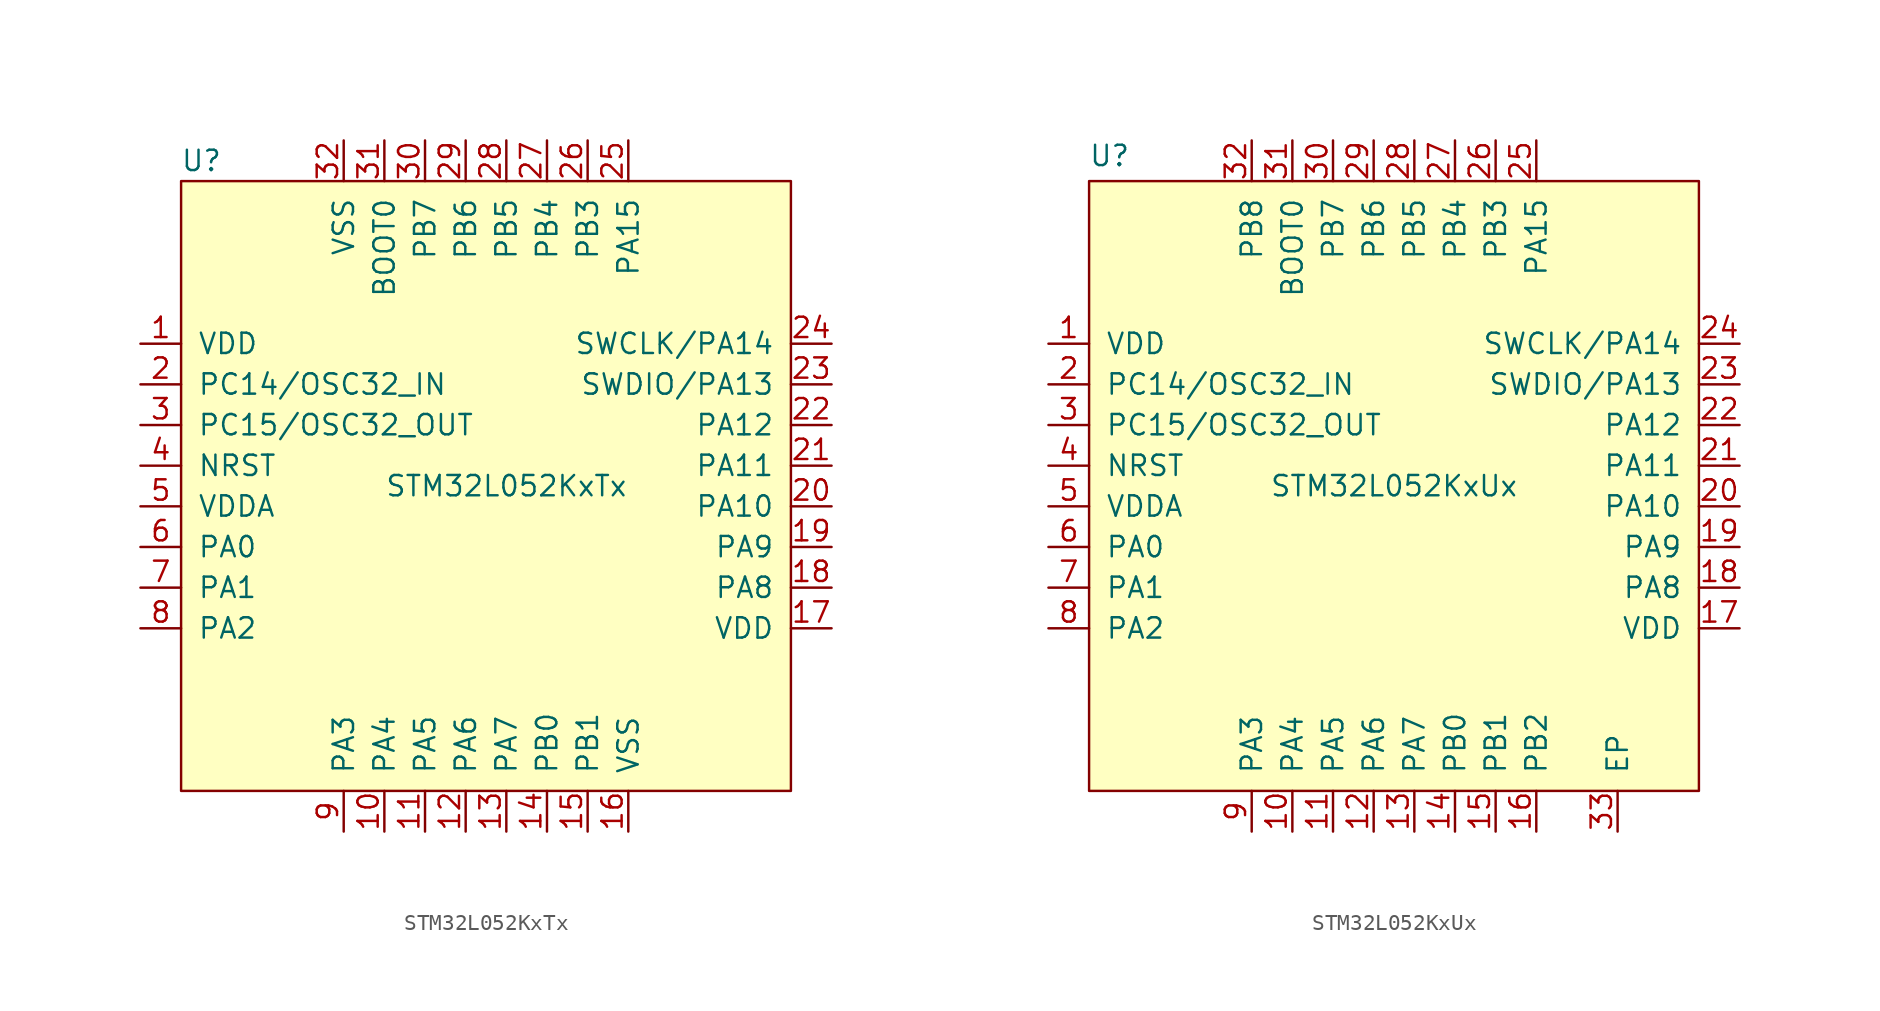
<source format=kicad_sym>
(kicad_symbol_lib
  (version 20241209)
  (generator "kicad_symbol_editor")
  (generator_version "9.0")
  (symbol "STM32L052KxTx"
    (pin_names
      (offset 1.016))
    (property "Reference" "U"
      (at 1.27 39.37 0)
      (effects (font (size 1.27 1.27))))
    (property "Value" "STM32L052KxTx"
      (at 20.32 19.05 0)
      (effects (font (size 1.27 1.27))))
    (symbol "STM32L052KxTx_0_1"
      (rectangle (start 0 38.1) (end 38.1 0) (stroke (width 0) (type default)) (fill (type background))))
    (symbol "STM32L052KxTx_1_1"
      (pin power_in line (at -2.54 27.94 0) (length 2.54) (name "VDD" (effects (font (size 1.27 1.27)))) (number "1" (effects (font (size 1.27 1.27)))))
      (pin bidirectional line (at -2.54 25.4 0) (length 2.54) (name "PC14/OSC32_IN" (effects (font (size 1.27 1.27)))) (number "2" (effects (font (size 1.27 1.27)))))
      (pin bidirectional line (at -2.54 22.86 0) (length 2.54) (name "PC15/OSC32_OUT" (effects (font (size 1.27 1.27)))) (number "3" (effects (font (size 1.27 1.27)))))
      (pin input line (at -2.54 20.32 0) (length 2.54) (name "NRST" (effects (font (size 1.27 1.27)))) (number "4" (effects (font (size 1.27 1.27)))))
      (pin power_in line (at -2.54 17.78 0) (length 2.54) (name "VDDA" (effects (font (size 1.27 1.27)))) (number "5" (effects (font (size 1.27 1.27)))))
      (pin bidirectional line (at -2.54 15.24 0) (length 2.54) (name "PA0" (effects (font (size 1.27 1.27)))) (number "6" (effects (font (size 1.27 1.27)))))
      (pin bidirectional line (at -2.54 12.7 0) (length 2.54) (name "PA1" (effects (font (size 1.27 1.27)))) (number "7" (effects (font (size 1.27 1.27)))))
      (pin bidirectional line (at -2.54 10.16 0) (length 2.54) (name "PA2" (effects (font (size 1.27 1.27)))) (number "8" (effects (font (size 1.27 1.27)))))
      (pin power_in line (at 10.16 40.64 270) (length 2.54) (name "VSS" (effects (font (size 1.27 1.27)))) (number "32" (effects (font (size 1.27 1.27)))))
      (pin bidirectional line (at 10.16 -2.54 90) (length 2.54) (name "PA3" (effects (font (size 1.27 1.27)))) (number "9" (effects (font (size 1.27 1.27)))))
      (pin input line (at 12.7 40.64 270) (length 2.54) (name "BOOT0" (effects (font (size 1.27 1.27)))) (number "31" (effects (font (size 1.27 1.27)))))
      (pin bidirectional line (at 12.7 -2.54 90) (length 2.54) (name "PA4" (effects (font (size 1.27 1.27)))) (number "10" (effects (font (size 1.27 1.27)))))
      (pin bidirectional line (at 15.24 40.64 270) (length 2.54) (name "PB7" (effects (font (size 1.27 1.27)))) (number "30" (effects (font (size 1.27 1.27)))))
      (pin bidirectional line (at 15.24 -2.54 90) (length 2.54) (name "PA5" (effects (font (size 1.27 1.27)))) (number "11" (effects (font (size 1.27 1.27)))))
      (pin bidirectional line (at 17.78 40.64 270) (length 2.54) (name "PB6" (effects (font (size 1.27 1.27)))) (number "29" (effects (font (size 1.27 1.27)))))
      (pin bidirectional line (at 17.78 -2.54 90) (length 2.54) (name "PA6" (effects (font (size 1.27 1.27)))) (number "12" (effects (font (size 1.27 1.27)))))
      (pin bidirectional line (at 20.32 40.64 270) (length 2.54) (name "PB5" (effects (font (size 1.27 1.27)))) (number "28" (effects (font (size 1.27 1.27)))))
      (pin bidirectional line (at 20.32 -2.54 90) (length 2.54) (name "PA7" (effects (font (size 1.27 1.27)))) (number "13" (effects (font (size 1.27 1.27)))))
      (pin bidirectional line (at 22.86 40.64 270) (length 2.54) (name "PB4" (effects (font (size 1.27 1.27)))) (number "27" (effects (font (size 1.27 1.27)))))
      (pin bidirectional line (at 22.86 -2.54 90) (length 2.54) (name "PB0" (effects (font (size 1.27 1.27)))) (number "14" (effects (font (size 1.27 1.27)))))
      (pin bidirectional line (at 25.4 40.64 270) (length 2.54) (name "PB3" (effects (font (size 1.27 1.27)))) (number "26" (effects (font (size 1.27 1.27)))))
      (pin bidirectional line (at 25.4 -2.54 90) (length 2.54) (name "PB1" (effects (font (size 1.27 1.27)))) (number "15" (effects (font (size 1.27 1.27)))))
      (pin bidirectional line (at 27.94 40.64 270) (length 2.54) (name "PA15" (effects (font (size 1.27 1.27)))) (number "25" (effects (font (size 1.27 1.27)))))
      (pin power_in line (at 27.94 -2.54 90) (length 2.54) (name "VSS" (effects (font (size 1.27 1.27)))) (number "16" (effects (font (size 1.27 1.27)))))
      (pin bidirectional line (at 40.64 27.94 180) (length 2.54) (name "SWCLK/PA14" (effects (font (size 1.27 1.27)))) (number "24" (effects (font (size 1.27 1.27)))))
      (pin bidirectional line (at 40.64 25.4 180) (length 2.54) (name "SWDIO/PA13" (effects (font (size 1.27 1.27)))) (number "23" (effects (font (size 1.27 1.27)))))
      (pin bidirectional line (at 40.64 22.86 180) (length 2.54) (name "PA12" (effects (font (size 1.27 1.27)))) (number "22" (effects (font (size 1.27 1.27)))))
      (pin bidirectional line (at 40.64 20.32 180) (length 2.54) (name "PA11" (effects (font (size 1.27 1.27)))) (number "21" (effects (font (size 1.27 1.27)))))
      (pin bidirectional line (at 40.64 17.78 180) (length 2.54) (name "PA10" (effects (font (size 1.27 1.27)))) (number "20" (effects (font (size 1.27 1.27)))))
      (pin bidirectional line (at 40.64 15.24 180) (length 2.54) (name "PA9" (effects (font (size 1.27 1.27)))) (number "19" (effects (font (size 1.27 1.27)))))
      (pin bidirectional line (at 40.64 12.7 180) (length 2.54) (name "PA8" (effects (font (size 1.27 1.27)))) (number "18" (effects (font (size 1.27 1.27)))))
      (pin power_in line (at 40.64 10.16 180) (length 2.54) (name "VDD" (effects (font (size 1.27 1.27)))) (number "17" (effects (font (size 1.27 1.27)))))))
  (symbol "STM32L052KxUx"
    (pin_names
      (offset 1.016))
    (property "Reference" "U"
      (at 1.28 39.68 0)
      (effects (font (size 1.27 1.27))))
    (property "Value" "STM32L052KxUx"
      (at 19.05 19.05 0)
      (effects (font (size 1.27 1.27))))
    (symbol "STM32L052KxUx_0_1"
      (rectangle (start 0 38.1) (end 38.1 0) (stroke (width 0) (type default)) (fill (type background))))
    (symbol "STM32L052KxUx_1_1"
      (pin power_in line (at -2.54 27.94 0) (length 2.54) (name "VDD" (effects (font (size 1.27 1.27)))) (number "1" (effects (font (size 1.27 1.27)))))
      (pin bidirectional line (at -2.54 25.4 0) (length 2.54) (name "PC14/OSC32_IN" (effects (font (size 1.27 1.27)))) (number "2" (effects (font (size 1.27 1.27)))))
      (pin bidirectional line (at -2.54 22.86 0) (length 2.54) (name "PC15/OSC32_OUT" (effects (font (size 1.27 1.27)))) (number "3" (effects (font (size 1.27 1.27)))))
      (pin input line (at -2.54 20.32 0) (length 2.54) (name "NRST" (effects (font (size 1.27 1.27)))) (number "4" (effects (font (size 1.27 1.27)))))
      (pin power_in line (at -2.54 17.78 0) (length 2.54) (name "VDDA" (effects (font (size 1.27 1.27)))) (number "5" (effects (font (size 1.27 1.27)))))
      (pin bidirectional line (at -2.54 15.24 0) (length 2.54) (name "PA0" (effects (font (size 1.27 1.27)))) (number "6" (effects (font (size 1.27 1.27)))))
      (pin bidirectional line (at -2.54 12.7 0) (length 2.54) (name "PA1" (effects (font (size 1.27 1.27)))) (number "7" (effects (font (size 1.27 1.27)))))
      (pin bidirectional line (at -2.54 10.16 0) (length 2.54) (name "PA2" (effects (font (size 1.27 1.27)))) (number "8" (effects (font (size 1.27 1.27)))))
      (pin bidirectional line (at 10.16 40.64 270) (length 2.54) (name "PB8" (effects (font (size 1.27 1.27)))) (number "32" (effects (font (size 1.27 1.27)))))
      (pin bidirectional line (at 10.16 -2.54 90) (length 2.54) (name "PA3" (effects (font (size 1.27 1.27)))) (number "9" (effects (font (size 1.27 1.27)))))
      (pin input line (at 12.7 40.64 270) (length 2.54) (name "BOOT0" (effects (font (size 1.27 1.27)))) (number "31" (effects (font (size 1.27 1.27)))))
      (pin bidirectional line (at 12.7 -2.54 90) (length 2.54) (name "PA4" (effects (font (size 1.27 1.27)))) (number "10" (effects (font (size 1.27 1.27)))))
      (pin bidirectional line (at 15.24 40.64 270) (length 2.54) (name "PB7" (effects (font (size 1.27 1.27)))) (number "30" (effects (font (size 1.27 1.27)))))
      (pin bidirectional line (at 15.24 -2.54 90) (length 2.54) (name "PA5" (effects (font (size 1.27 1.27)))) (number "11" (effects (font (size 1.27 1.27)))))
      (pin bidirectional line (at 17.78 40.64 270) (length 2.54) (name "PB6" (effects (font (size 1.27 1.27)))) (number "29" (effects (font (size 1.27 1.27)))))
      (pin bidirectional line (at 17.78 -2.54 90) (length 2.54) (name "PA6" (effects (font (size 1.27 1.27)))) (number "12" (effects (font (size 1.27 1.27)))))
      (pin bidirectional line (at 20.32 40.64 270) (length 2.54) (name "PB5" (effects (font (size 1.27 1.27)))) (number "28" (effects (font (size 1.27 1.27)))))
      (pin bidirectional line (at 20.32 -2.54 90) (length 2.54) (name "PA7" (effects (font (size 1.27 1.27)))) (number "13" (effects (font (size 1.27 1.27)))))
      (pin bidirectional line (at 22.86 40.64 270) (length 2.54) (name "PB4" (effects (font (size 1.27 1.27)))) (number "27" (effects (font (size 1.27 1.27)))))
      (pin bidirectional line (at 22.86 -2.54 90) (length 2.54) (name "PB0" (effects (font (size 1.27 1.27)))) (number "14" (effects (font (size 1.27 1.27)))))
      (pin bidirectional line (at 25.4 40.64 270) (length 2.54) (name "PB3" (effects (font (size 1.27 1.27)))) (number "26" (effects (font (size 1.27 1.27)))))
      (pin bidirectional line (at 25.4 -2.54 90) (length 2.54) (name "PB1" (effects (font (size 1.27 1.27)))) (number "15" (effects (font (size 1.27 1.27)))))
      (pin bidirectional line (at 27.94 40.64 270) (length 2.54) (name "PA15" (effects (font (size 1.27 1.27)))) (number "25" (effects (font (size 1.27 1.27)))))
      (pin bidirectional line (at 27.94 -2.54 90) (length 2.54) (name "PB2" (effects (font (size 1.27 1.27)))) (number "16" (effects (font (size 1.27 1.27)))))
      (pin power_in line (at 33.02 -2.54 90) (length 2.54) (name "EP" (effects (font (size 1.27 1.27)))) (number "33" (effects (font (size 1.27 1.27)))))
      (pin bidirectional line (at 40.64 27.94 180) (length 2.54) (name "SWCLK/PA14" (effects (font (size 1.27 1.27)))) (number "24" (effects (font (size 1.27 1.27)))))
      (pin bidirectional line (at 40.64 25.4 180) (length 2.54) (name "SWDIO/PA13" (effects (font (size 1.27 1.27)))) (number "23" (effects (font (size 1.27 1.27)))))
      (pin bidirectional line (at 40.64 22.86 180) (length 2.54) (name "PA12" (effects (font (size 1.27 1.27)))) (number "22" (effects (font (size 1.27 1.27)))))
      (pin bidirectional line (at 40.64 20.32 180) (length 2.54) (name "PA11" (effects (font (size 1.27 1.27)))) (number "21" (effects (font (size 1.27 1.27)))))
      (pin bidirectional line (at 40.64 17.78 180) (length 2.54) (name "PA10" (effects (font (size 1.27 1.27)))) (number "20" (effects (font (size 1.27 1.27)))))
      (pin bidirectional line (at 40.64 15.24 180) (length 2.54) (name "PA9" (effects (font (size 1.27 1.27)))) (number "19" (effects (font (size 1.27 1.27)))))
      (pin bidirectional line (at 40.64 12.7 180) (length 2.54) (name "PA8" (effects (font (size 1.27 1.27)))) (number "18" (effects (font (size 1.27 1.27)))))
      (pin power_in line (at 40.64 10.16 180) (length 2.54) (name "VDD" (effects (font (size 1.27 1.27)))) (number "17" (effects (font (size 1.27 1.27))))))))
</source>
